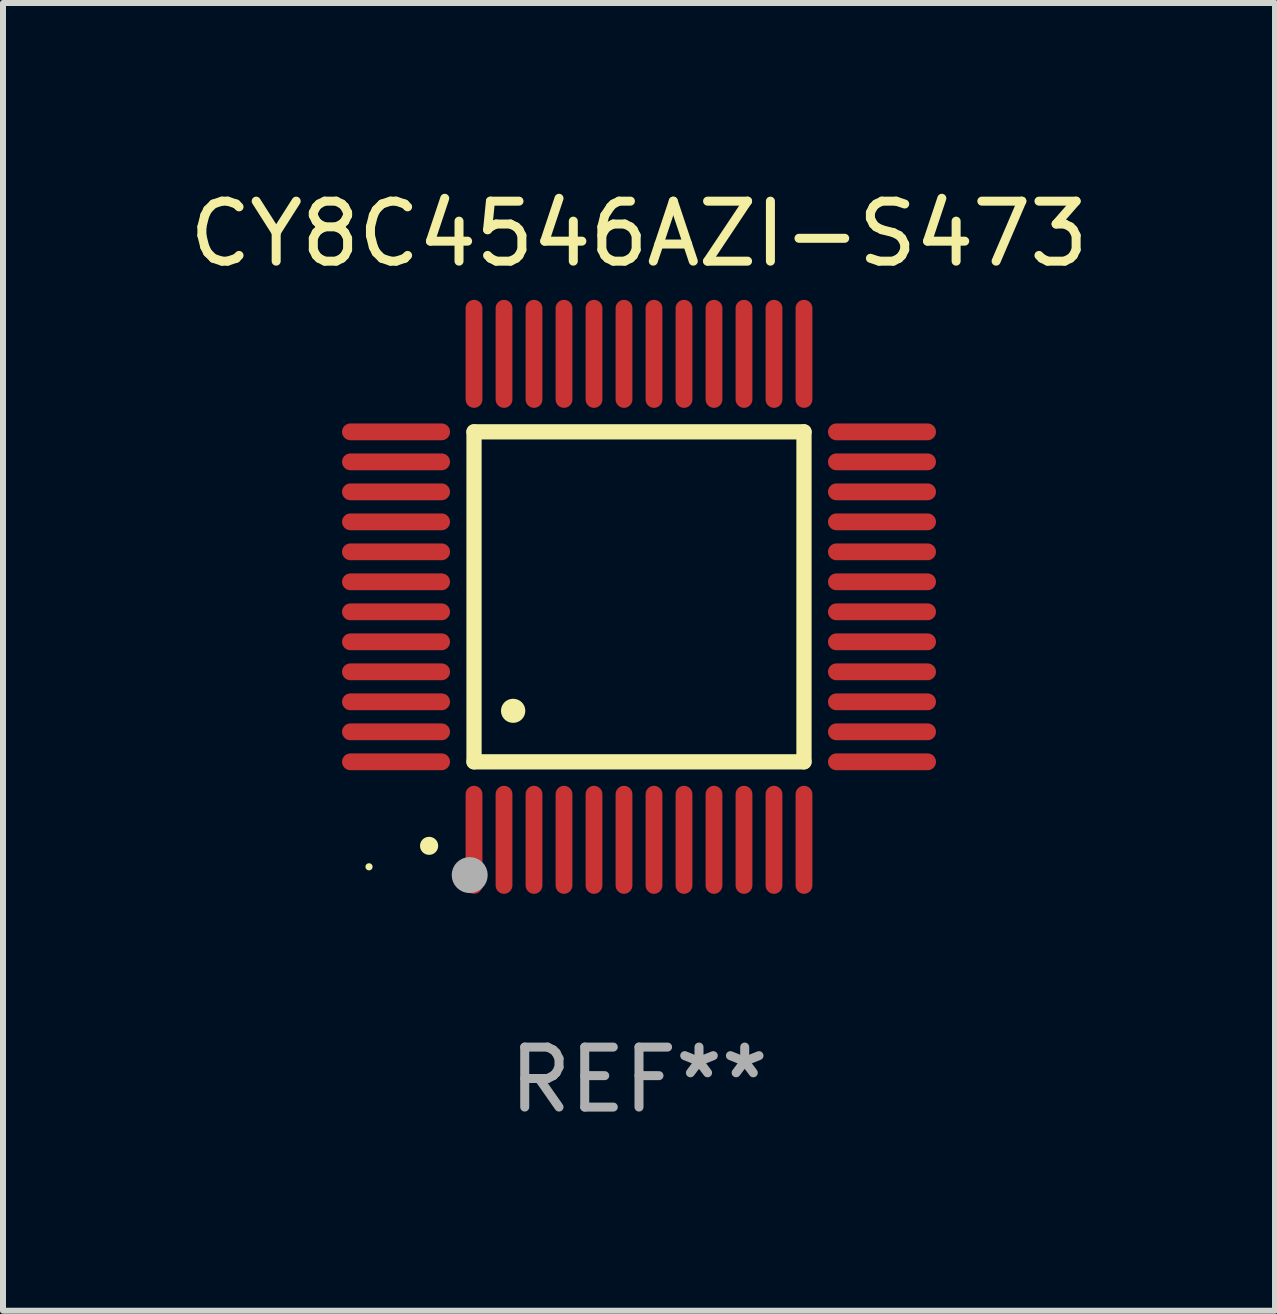
<source format=kicad_pcb>
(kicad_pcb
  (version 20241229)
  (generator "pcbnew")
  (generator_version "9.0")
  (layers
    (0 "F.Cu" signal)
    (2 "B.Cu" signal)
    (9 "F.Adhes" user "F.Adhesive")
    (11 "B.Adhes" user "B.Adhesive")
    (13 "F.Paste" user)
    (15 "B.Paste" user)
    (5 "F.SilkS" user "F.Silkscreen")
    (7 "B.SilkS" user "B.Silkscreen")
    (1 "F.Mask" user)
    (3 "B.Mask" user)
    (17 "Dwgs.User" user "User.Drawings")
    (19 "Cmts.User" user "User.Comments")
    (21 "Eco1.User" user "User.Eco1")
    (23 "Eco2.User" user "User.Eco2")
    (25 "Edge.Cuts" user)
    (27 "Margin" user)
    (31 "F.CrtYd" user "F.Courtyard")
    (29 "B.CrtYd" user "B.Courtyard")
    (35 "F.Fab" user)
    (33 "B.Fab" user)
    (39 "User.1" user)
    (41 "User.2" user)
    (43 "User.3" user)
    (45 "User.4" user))
  (footprint "CY8C4546AZI-S473"
    (layer "F.Cu")
    (at 7.601 6.898)
    (property "Reference" "CY8C4546AZI-S473" (at 0 -6.05 0) (layer "F.SilkS") (effects (font (size 1 1) (thickness 0.15))))
    (attr through_hole)
    (fp_line (start -2.75 -2.75) (end 2.75 -2.75) (stroke (width 0.254) (type solid)) (layer "F.SilkS"))
    (fp_line (start -2.75 2.75) (end -2.75 -2.75) (stroke (width 0.254) (type solid)) (layer "F.SilkS"))
    (fp_line (start 2.75 -2.75) (end 2.75 2.75) (stroke (width 0.254) (type solid)) (layer "F.SilkS"))
    (fp_line (start 2.75 2.75) (end -2.75 2.75) (stroke (width 0.254) (type solid)) (layer "F.SilkS"))
    (fp_arc (start -3.500127 4.150368) (mid -3.498857 4.150363) (end -3.497587 4.150368) (stroke (width 0.3) (type solid)) (layer "F.SilkS"))
    (fp_arc (start -2.100584 1.899924) (mid -2.098044 1.899908) (end -2.095504 1.899924) (stroke (width 0.4) (type solid)) (layer "F.SilkS"))
    (fp_circle (center -4.5 4.5) (end -4.47 4.5) (stroke (width 0.06) (type solid)) (fill no) (layer "F.SilkS"))
    (fp_circle (center -2.822 4.638) (end -2.672 4.638) (stroke (width 0.3) (type solid)) (fill no) (layer "F.Fab"))
    (fp_text user "REF**" (at 0 8.05 0) (layer "F.Fab") (effects (font (size 1 1) (thickness 0.15))))
    (pad "1" smd oval (at -2.75 4.05) (size 0.28 1.8) (layers "F.Cu" "F.Mask" "F.Paste"))
    (pad "2" smd oval (at -2.25 4.05) (size 0.28 1.8) (layers "F.Cu" "F.Mask" "F.Paste"))
    (pad "3" smd oval (at -1.75 4.05) (size 0.28 1.8) (layers "F.Cu" "F.Mask" "F.Paste"))
    (pad "4" smd oval (at -1.25 4.05) (size 0.28 1.8) (layers "F.Cu" "F.Mask" "F.Paste"))
    (pad "5" smd oval (at -0.75 4.05) (size 0.28 1.8) (layers "F.Cu" "F.Mask" "F.Paste"))
    (pad "6" smd oval (at -0.25 4.05) (size 0.28 1.8) (layers "F.Cu" "F.Mask" "F.Paste"))
    (pad "7" smd oval (at 0.25 4.05) (size 0.28 1.8) (layers "F.Cu" "F.Mask" "F.Paste"))
    (pad "8" smd oval (at 0.75 4.05) (size 0.28 1.8) (layers "F.Cu" "F.Mask" "F.Paste"))
    (pad "9" smd oval (at 1.25 4.05) (size 0.28 1.8) (layers "F.Cu" "F.Mask" "F.Paste"))
    (pad "10" smd oval (at 1.75 4.05) (size 0.28 1.8) (layers "F.Cu" "F.Mask" "F.Paste"))
    (pad "11" smd oval (at 2.25 4.05) (size 0.28 1.8) (layers "F.Cu" "F.Mask" "F.Paste"))
    (pad "12" smd oval (at 2.75 4.05) (size 0.28 1.8) (layers "F.Cu" "F.Mask" "F.Paste"))
    (pad "13" smd oval (at 4.05 2.75) (size 1.8 0.28) (layers "F.Cu" "F.Mask" "F.Paste"))
    (pad "14" smd oval (at 4.05 2.25) (size 1.8 0.28) (layers "F.Cu" "F.Mask" "F.Paste"))
    (pad "15" smd oval (at 4.05 1.75) (size 1.8 0.28) (layers "F.Cu" "F.Mask" "F.Paste"))
    (pad "16" smd oval (at 4.05 1.25) (size 1.8 0.28) (layers "F.Cu" "F.Mask" "F.Paste"))
    (pad "17" smd oval (at 4.05 0.75) (size 1.8 0.28) (layers "F.Cu" "F.Mask" "F.Paste"))
    (pad "18" smd oval (at 4.05 0.25) (size 1.8 0.28) (layers "F.Cu" "F.Mask" "F.Paste"))
    (pad "19" smd oval (at 4.05 -0.25) (size 1.8 0.28) (layers "F.Cu" "F.Mask" "F.Paste"))
    (pad "20" smd oval (at 4.05 -0.75) (size 1.8 0.28) (layers "F.Cu" "F.Mask" "F.Paste"))
    (pad "21" smd oval (at 4.05 -1.25) (size 1.8 0.28) (layers "F.Cu" "F.Mask" "F.Paste"))
    (pad "22" smd oval (at 4.05 -1.75) (size 1.8 0.28) (layers "F.Cu" "F.Mask" "F.Paste"))
    (pad "23" smd oval (at 4.05 -2.25) (size 1.8 0.28) (layers "F.Cu" "F.Mask" "F.Paste"))
    (pad "24" smd oval (at 4.05 -2.75) (size 1.8 0.28) (layers "F.Cu" "F.Mask" "F.Paste"))
    (pad "25" smd oval (at 2.75 -4.05) (size 0.28 1.8) (layers "F.Cu" "F.Mask" "F.Paste"))
    (pad "26" smd oval (at 2.25 -4.05) (size 0.28 1.8) (layers "F.Cu" "F.Mask" "F.Paste"))
    (pad "27" smd oval (at 1.75 -4.05) (size 0.28 1.8) (layers "F.Cu" "F.Mask" "F.Paste"))
    (pad "28" smd oval (at 1.25 -4.05) (size 0.28 1.8) (layers "F.Cu" "F.Mask" "F.Paste"))
    (pad "29" smd oval (at 0.75 -4.05) (size 0.28 1.8) (layers "F.Cu" "F.Mask" "F.Paste"))
    (pad "30" smd oval (at 0.25 -4.05) (size 0.28 1.8) (layers "F.Cu" "F.Mask" "F.Paste"))
    (pad "31" smd oval (at -0.25 -4.05) (size 0.28 1.8) (layers "F.Cu" "F.Mask" "F.Paste"))
    (pad "32" smd oval (at -0.75 -4.05) (size 0.28 1.8) (layers "F.Cu" "F.Mask" "F.Paste"))
    (pad "33" smd oval (at -1.25 -4.05) (size 0.28 1.8) (layers "F.Cu" "F.Mask" "F.Paste"))
    (pad "34" smd oval (at -1.75 -4.05) (size 0.28 1.8) (layers "F.Cu" "F.Mask" "F.Paste"))
    (pad "35" smd oval (at -2.25 -4.05) (size 0.28 1.8) (layers "F.Cu" "F.Mask" "F.Paste"))
    (pad "36" smd oval (at -2.75 -4.05) (size 0.28 1.8) (layers "F.Cu" "F.Mask" "F.Paste"))
    (pad "37" smd oval (at -4.05 -2.75) (size 1.8 0.28) (layers "F.Cu" "F.Mask" "F.Paste"))
    (pad "38" smd oval (at -4.05 -2.25) (size 1.8 0.28) (layers "F.Cu" "F.Mask" "F.Paste"))
    (pad "39" smd oval (at -4.05 -1.75) (size 1.8 0.28) (layers "F.Cu" "F.Mask" "F.Paste"))
    (pad "40" smd oval (at -4.05 -1.25) (size 1.8 0.28) (layers "F.Cu" "F.Mask" "F.Paste"))
    (pad "41" smd oval (at -4.05 -0.75) (size 1.8 0.28) (layers "F.Cu" "F.Mask" "F.Paste"))
    (pad "42" smd oval (at -4.05 -0.25) (size 1.8 0.28) (layers "F.Cu" "F.Mask" "F.Paste"))
    (pad "43" smd oval (at -4.05 0.25) (size 1.8 0.28) (layers "F.Cu" "F.Mask" "F.Paste"))
    (pad "44" smd oval (at -4.05 0.75) (size 1.8 0.28) (layers "F.Cu" "F.Mask" "F.Paste"))
    (pad "45" smd oval (at -4.05 1.25) (size 1.8 0.28) (layers "F.Cu" "F.Mask" "F.Paste"))
    (pad "46" smd oval (at -4.05 1.75) (size 1.8 0.28) (layers "F.Cu" "F.Mask" "F.Paste"))
    (pad "47" smd oval (at -4.05 2.25) (size 1.8 0.28) (layers "F.Cu" "F.Mask" "F.Paste"))
    (pad "48" smd oval (at -4.05 2.75) (size 1.8 0.28) (layers "F.Cu" "F.Mask" "F.Paste")))
  (gr_rect
    (start -3 -3)
    (end 18.202 18.797)
    (stroke (width 0.1) (type default))
    (fill no)
    (layer "Edge.Cuts")))
</source>
